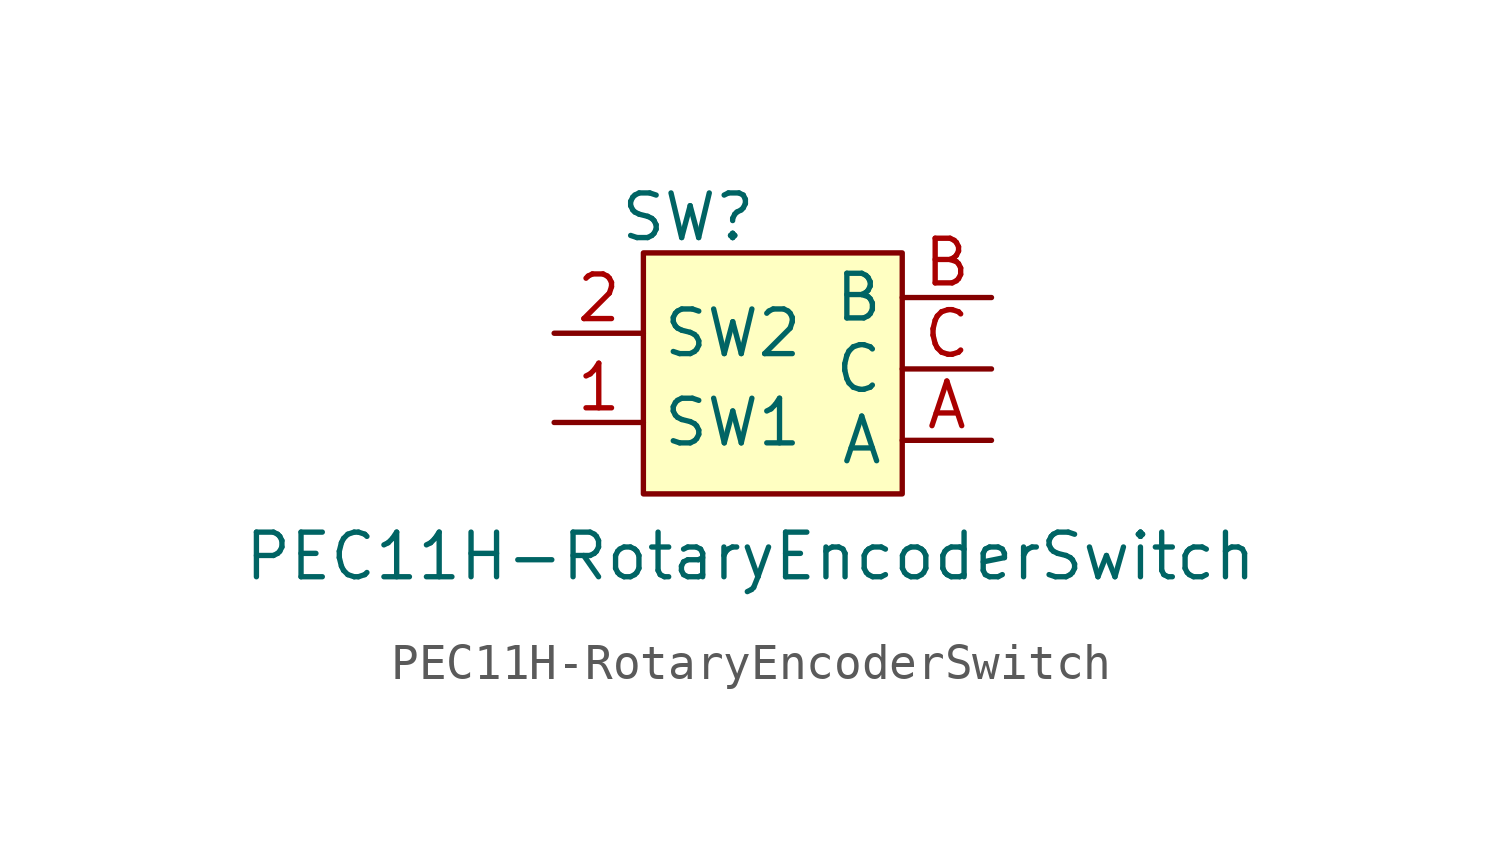
<source format=kicad_sym>
(kicad_symbol_lib
  (version 20211014)
  (generator kicad_symbol_editor)
  (symbol "PEC11H-RotaryEncoderSwitch"
    (property "Reference" "SW"
      (at -3.556 2.286 0)
      (effects (font (size 1.27 1.27))))
    (property "Value" "PEC11H-RotaryEncoderSwitch"
      (at -1.778 -7.366 0)
      (effects (font (size 1.27 1.27))))
    (symbol "PEC11H-RotaryEncoderSwitch_0_1"
      (rectangle (start -4.826 -5.588) (end 2.54 1.27) (stroke (width 0) (type default) (color 0 0 0 0)) (fill (type background))))
    (symbol "PEC11H-RotaryEncoderSwitch_1_1"
      (pin bidirectional line (at -7.366 -3.556 0) (length 2.54) (name "SW1" (effects (font (size 1.27 1.27)))) (number "1" (effects (font (size 1.27 1.27)))))
      (pin bidirectional line (at -7.366 -1.016 0) (length 2.54) (name "SW2" (effects (font (size 1.27 1.27)))) (number "2" (effects (font (size 1.27 1.27)))))
      (pin bidirectional line (at 5.08 -4.064 180) (length 2.54) (name "A" (effects (font (size 1.27 1.27)))) (number "A" (effects (font (size 1.27 1.27)))))
      (pin bidirectional line (at 5.08 0 180) (length 2.54) (name "B" (effects (font (size 1.27 1.27)))) (number "B" (effects (font (size 1.27 1.27)))))
      (pin bidirectional line (at 5.08 -2.032 180) (length 2.54) (name "C" (effects (font (size 1.27 1.27)))) (number "C" (effects (font (size 1.27 1.27))))))))
</source>
